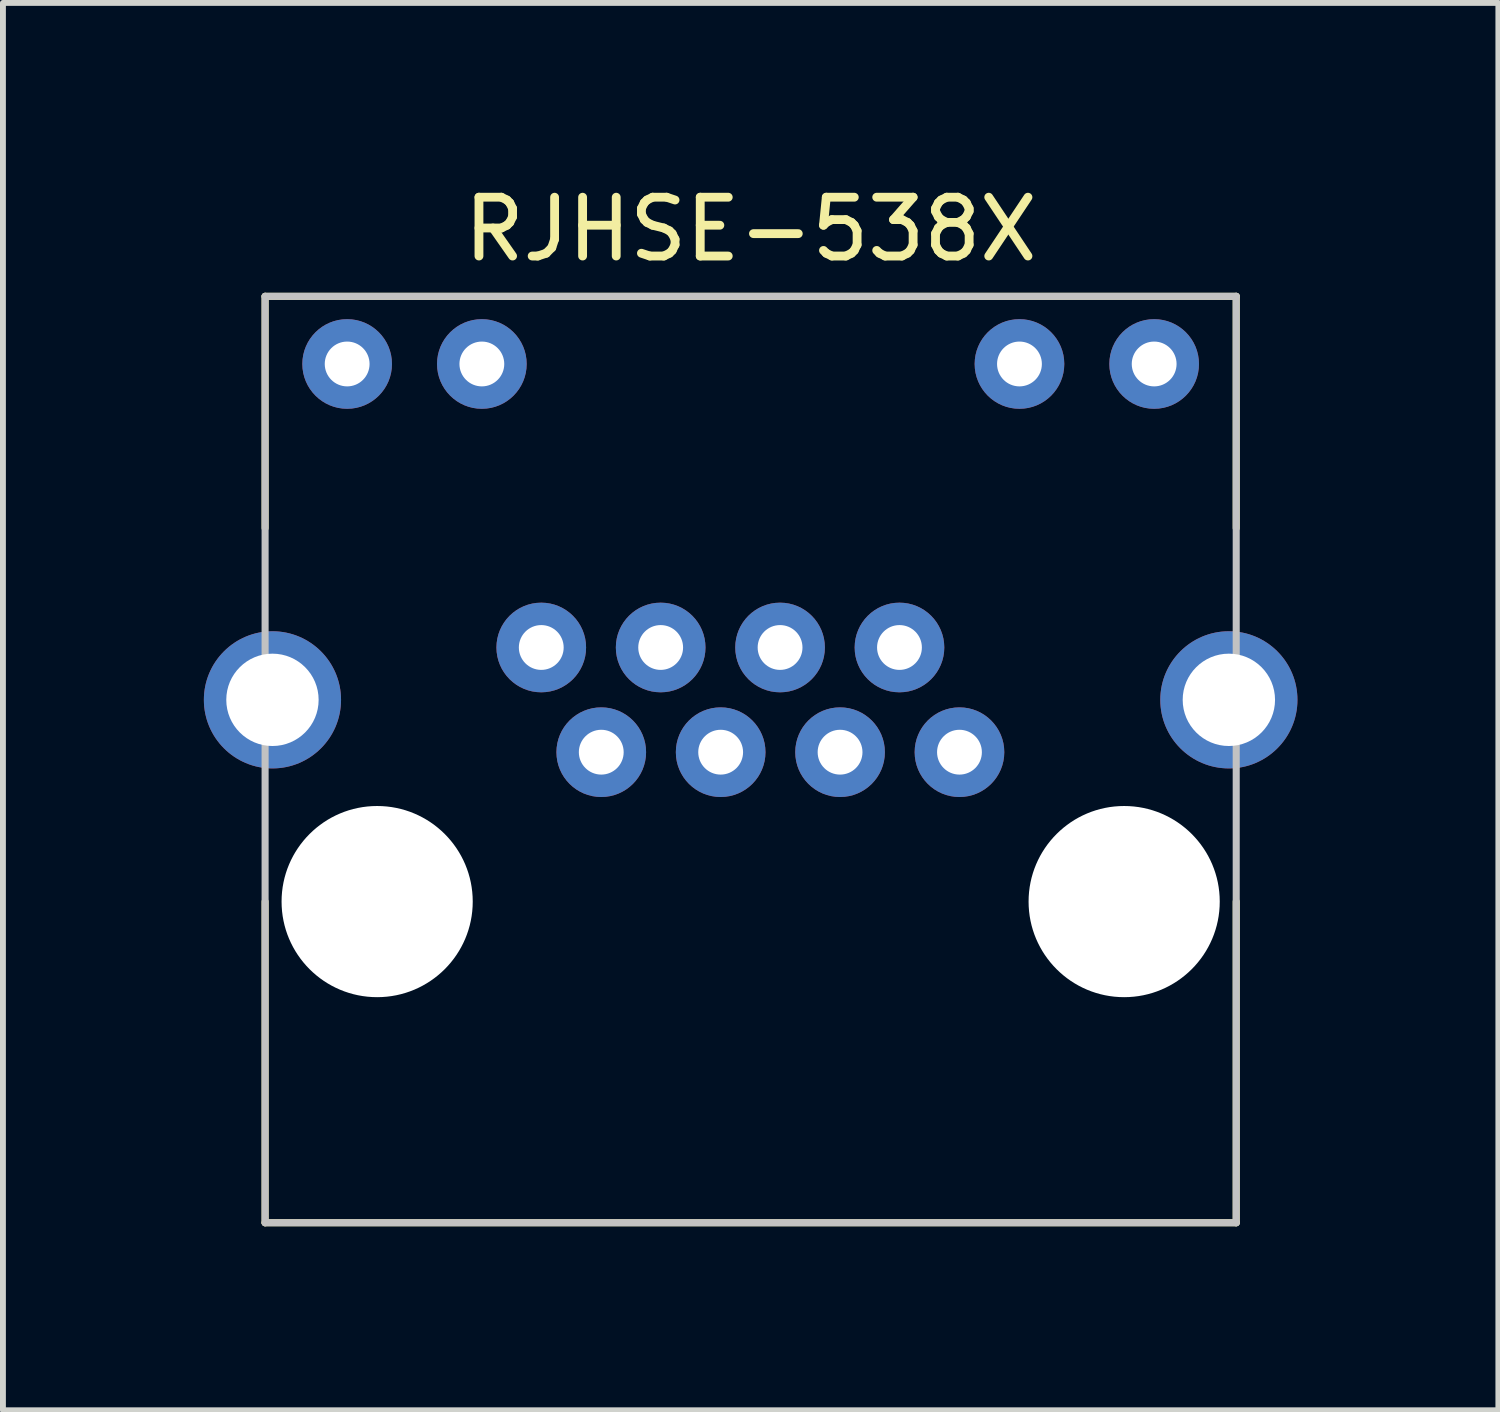
<source format=kicad_pcb>
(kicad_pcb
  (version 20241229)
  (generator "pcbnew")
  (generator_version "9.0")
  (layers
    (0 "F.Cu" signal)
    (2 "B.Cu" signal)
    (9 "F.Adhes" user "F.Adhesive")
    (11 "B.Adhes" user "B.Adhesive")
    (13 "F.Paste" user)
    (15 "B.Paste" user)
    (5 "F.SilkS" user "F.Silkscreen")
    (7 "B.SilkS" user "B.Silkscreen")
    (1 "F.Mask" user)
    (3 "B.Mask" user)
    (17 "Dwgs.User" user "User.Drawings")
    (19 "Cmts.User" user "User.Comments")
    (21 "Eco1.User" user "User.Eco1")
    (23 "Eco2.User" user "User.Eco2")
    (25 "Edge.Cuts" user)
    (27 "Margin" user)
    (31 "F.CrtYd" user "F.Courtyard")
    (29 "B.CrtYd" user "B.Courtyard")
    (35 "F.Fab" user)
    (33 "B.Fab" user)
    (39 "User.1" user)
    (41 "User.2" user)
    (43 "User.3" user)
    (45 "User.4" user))
  (footprint "RJHSE-538X"
    (layer "F.Cu")
    (at 9.712 12.278)
    (property "Reference" "RJHSE-538X" (at 0 -11.43 0) (layer "F.SilkS") (effects (font (size 1 1) (thickness 0.15))))
    (attr through_hole)
    (fp_line (start -8.255 -10.29) (end -8.255 -6.35) (stroke (width 0.12) (type solid)) (layer "F.SilkS"))
    (fp_line (start -8.255 -10.29) (end 8.255 -10.29) (stroke (width 0.12) (type solid)) (layer "F.SilkS"))
    (fp_line (start -8.255 0) (end -8.255 5.46) (stroke (width 0.12) (type solid)) (layer "F.SilkS"))
    (fp_line (start -8.255 5.46) (end 8.255 5.46) (stroke (width 0.12) (type solid)) (layer "F.SilkS"))
    (fp_line (start 8.255 -10.29) (end 8.255 -6.35) (stroke (width 0.12) (type solid)) (layer "F.SilkS"))
    (fp_line (start 8.255 5.46) (end 8.255 0) (stroke (width 0.12) (type solid)) (layer "F.SilkS"))
    (fp_line (start -8.255 -10.29) (end 8.255 -10.29) (stroke (width 0.12) (type solid)) (layer "Dwgs.User"))
    (fp_line (start -8.255 5.46) (end -8.255 -10.29) (stroke (width 0.12) (type solid)) (layer "Dwgs.User"))
    (fp_line (start 8.255 -10.29) (end 8.255 5.46) (stroke (width 0.12) (type solid)) (layer "Dwgs.User"))
    (fp_line (start 8.255 5.46) (end -8.255 5.46) (stroke (width 0.12) (type solid)) (layer "Dwgs.User"))
    (fp_line (start -9.652 -5.08) (end -9.652 -1.778) (stroke (width 0.12) (type solid)) (layer "Eco1.User"))
    (fp_line (start -9.652 -1.778) (end -8.382 -1.778) (stroke (width 0.12) (type solid)) (layer "Eco1.User"))
    (fp_line (start -8.382 -10.414) (end -8.382 -5.08) (stroke (width 0.12) (type solid)) (layer "Eco1.User"))
    (fp_line (start -8.382 -5.08) (end -9.652 -5.08) (stroke (width 0.12) (type solid)) (layer "Eco1.User"))
    (fp_line (start -8.382 -1.778) (end -8.382 5.588) (stroke (width 0.12) (type solid)) (layer "Eco1.User"))
    (fp_line (start -8.382 5.588) (end 8.382 5.588) (stroke (width 0.12) (type solid)) (layer "Eco1.User"))
    (fp_line (start 8.382 -10.414) (end -8.382 -10.414) (stroke (width 0.12) (type solid)) (layer "Eco1.User"))
    (fp_line (start 8.382 -5.08) (end 8.382 -10.414) (stroke (width 0.12) (type solid)) (layer "Eco1.User"))
    (fp_line (start 8.382 -1.778) (end 9.398 -1.778) (stroke (width 0.12) (type solid)) (layer "Eco1.User"))
    (fp_line (start 8.382 5.588) (end 8.382 -1.778) (stroke (width 0.12) (type solid)) (layer "Eco1.User"))
    (fp_line (start 9.398 -1.778) (end 9.652 -1.778) (stroke (width 0.12) (type solid)) (layer "Eco1.User"))
    (fp_line (start 9.652 -5.08) (end 8.382 -5.08) (stroke (width 0.12) (type solid)) (layer "Eco1.User"))
    (fp_line (start 9.652 -1.778) (end 9.652 -5.08) (stroke (width 0.12) (type solid)) (layer "Eco1.User"))
    (pad "" np_thru_hole circle (at -6.35 0) (size 3.25 3.25) (drill 3.25) (layers "*.Cu" "*.Mask"))
    (pad "" np_thru_hole circle (at 6.35 0) (size 3.25 3.25) (drill 3.25) (layers "*.Cu" "*.Mask"))
    (pad "1" thru_hole circle (at 3.55 -2.54) (size 1.524 1.524) (drill 0.762) (layers "*.Cu" "*.Mask"))
    (pad "2" thru_hole circle (at 1.52 -2.54) (size 1.524 1.524) (drill 0.762) (layers "*.Cu" "*.Mask"))
    (pad "3" thru_hole circle (at -0.51 -2.54) (size 1.524 1.524) (drill 0.762) (layers "*.Cu" "*.Mask"))
    (pad "4" thru_hole circle (at -2.54 -2.54) (size 1.524 1.524) (drill 0.762) (layers "*.Cu" "*.Mask"))
    (pad "5" thru_hole circle (at 2.53 -4.32) (size 1.524 1.524) (drill 0.762) (layers "*.Cu" "*.Mask"))
    (pad "6" thru_hole circle (at 0.5 -4.32) (size 1.524 1.524) (drill 0.762) (layers "*.Cu" "*.Mask"))
    (pad "7" thru_hole circle (at -1.53 -4.32) (size 1.524 1.524) (drill 0.762) (layers "*.Cu" "*.Mask"))
    (pad "8" thru_hole circle (at -3.56 -4.32) (size 1.524 1.524) (drill 0.762) (layers "*.Cu" "*.Mask"))
    (pad "9" thru_hole circle (at 6.86 -9.14) (size 1.524 1.524) (drill 0.762) (layers "*.Cu" "*.Mask"))
    (pad "10" thru_hole circle (at 4.57 -9.14) (size 1.524 1.524) (drill 0.762) (layers "*.Cu" "*.Mask"))
    (pad "11" thru_hole circle (at -4.57 -9.14) (size 1.524 1.524) (drill 0.762) (layers "*.Cu" "*.Mask"))
    (pad "12" thru_hole circle (at -6.86 -9.14) (size 1.524 1.524) (drill 0.762) (layers "*.Cu" "*.Mask"))
    (pad "SH" thru_hole circle (at -8.13 -3.43) (size 2.332 2.332) (drill 1.57) (layers "*.Cu" "*.Mask"))
    (pad "SH" thru_hole circle (at 8.13 -3.43) (size 2.332 2.332) (drill 1.57) (layers "*.Cu" "*.Mask")))
  (gr_rect
    (start -3 -3)
    (end 22.424 20.926)
    (stroke (width 0.1) (type default))
    (fill no)
    (layer "Edge.Cuts")))
</source>
